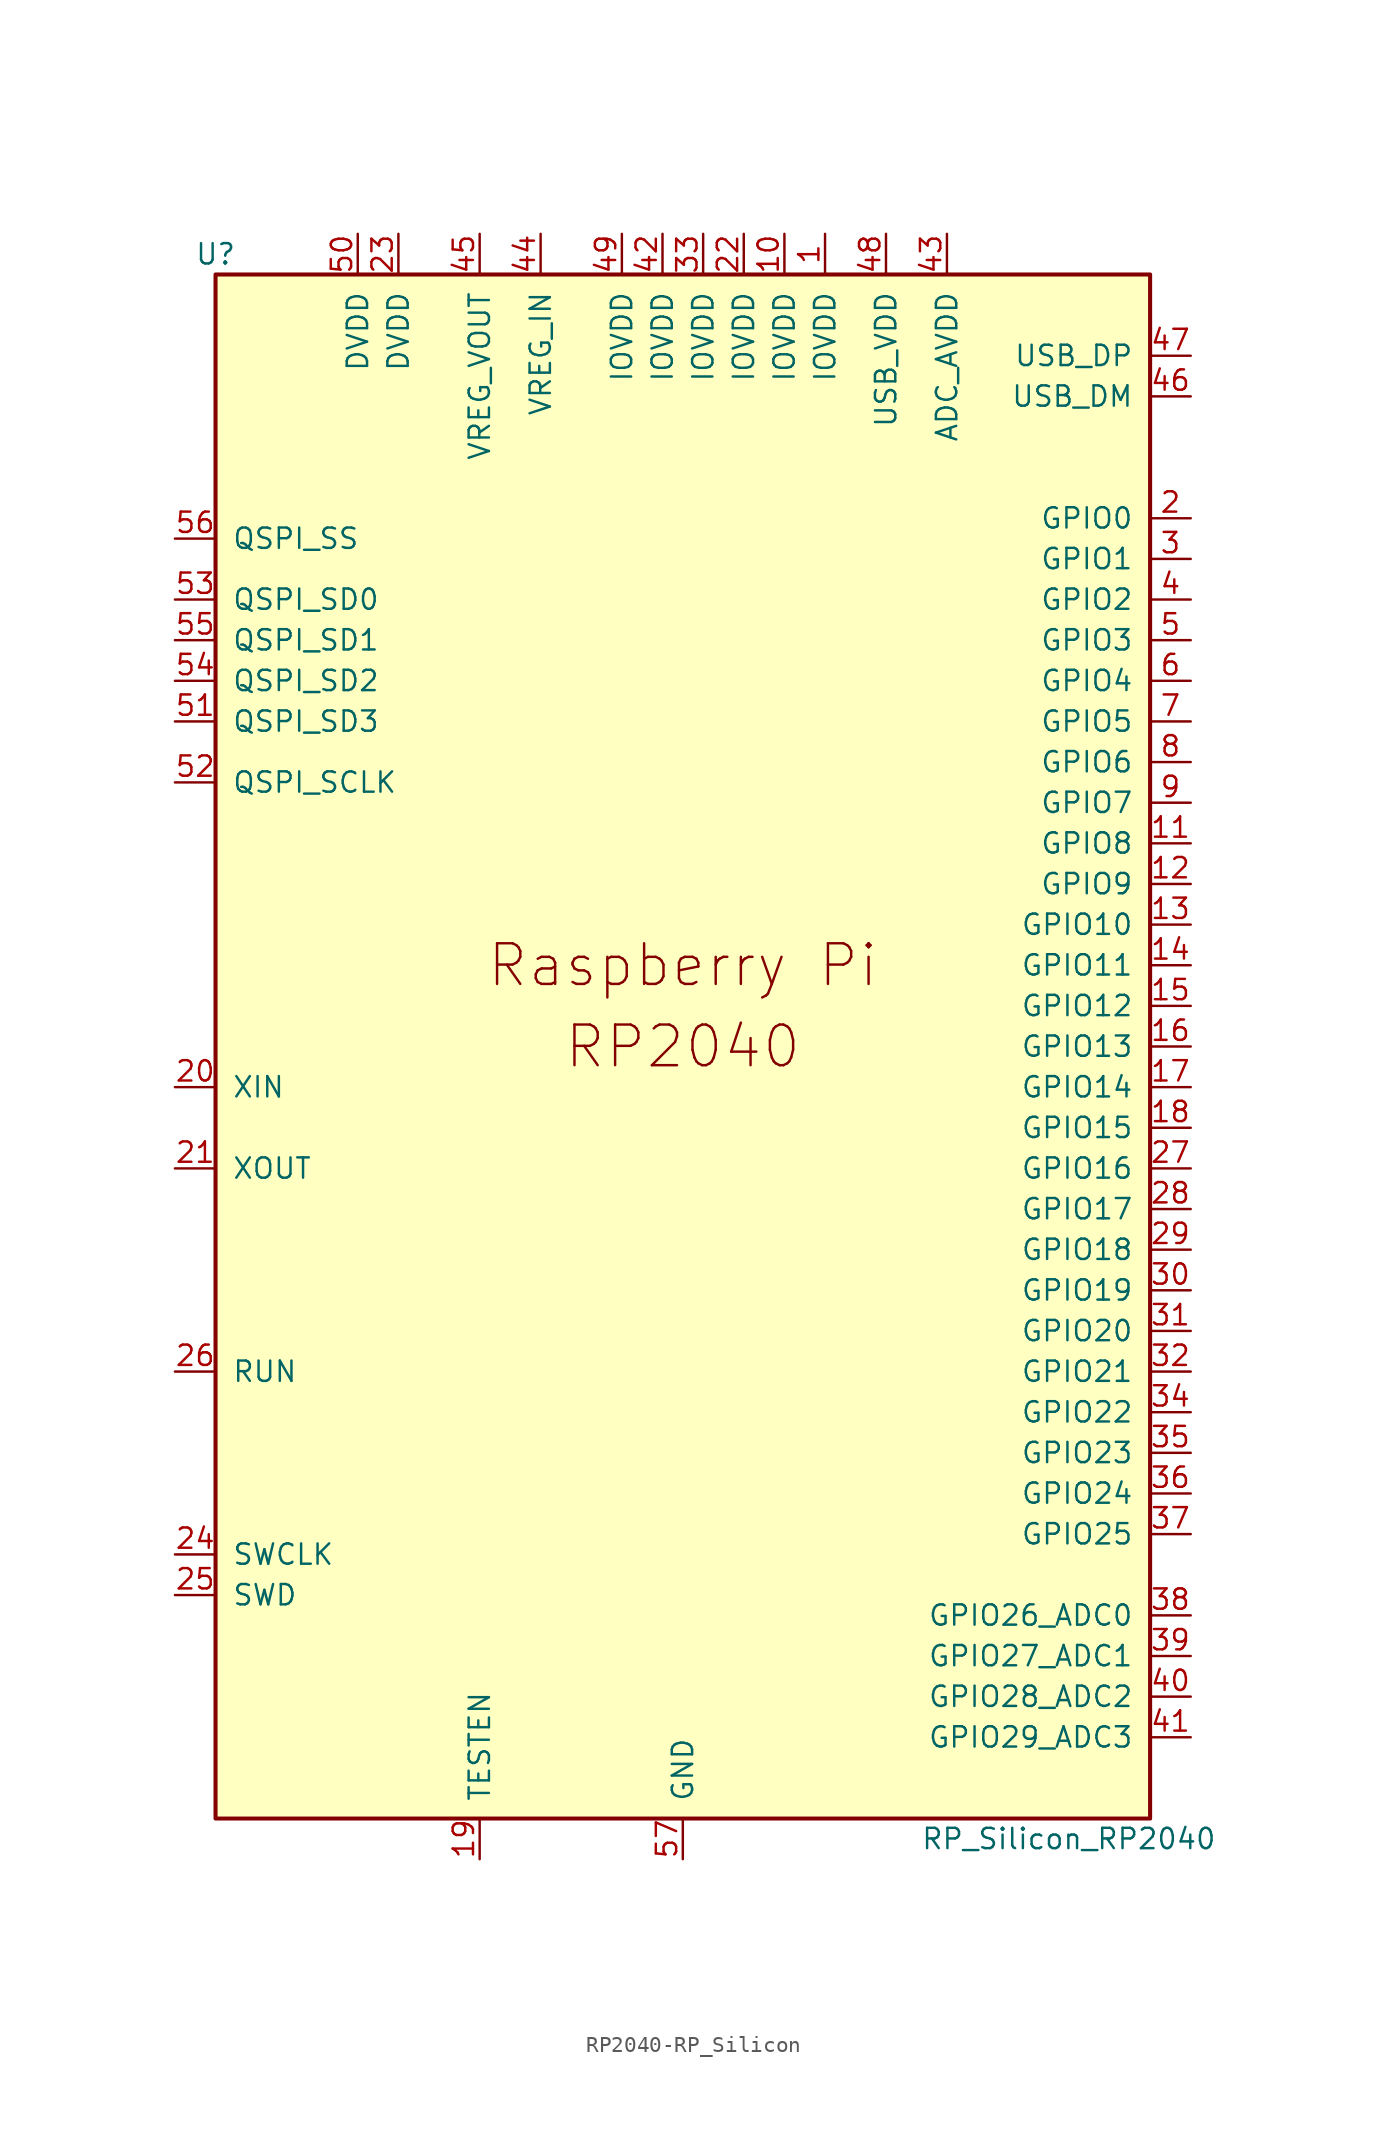
<source format=kicad_sym>
(kicad_symbol_lib
  (version 20220914)
  (generator kicad_symbol_editor)
  (symbol "RP2040-RP_Silicon"
    (pin_names
      (offset 1.016))
    (property "Reference" "U"
      (at -29.21 49.53 0)
      (effects (font (size 1.27 1.27))))
    (property "Value" "RP_Silicon_RP2040"
      (at 24.13 -49.53 0)
      (effects (font (size 1.27 1.27))))
    (symbol "RP2040-RP_Silicon_0_0"
      (text "Raspberry Pi" (at 0 5.08 0) (effects (font (size 2.54 2.54))))
      (text "RP2040" (at 0 0 0) (effects (font (size 2.54 2.54)))))
    (symbol "RP2040-RP_Silicon_0_1"
      (rectangle (start 29.21 48.26) (end -29.21 -48.26) (stroke (width 0.254) (type solid)) (fill (type background))))
    (symbol "RP2040-RP_Silicon_1_1"
      (pin power_in line (at 8.89 50.8 270) (length 2.54) (name "IOVDD" (effects (font (size 1.27 1.27)))) (number "1" (effects (font (size 1.27 1.27)))))
      (pin power_in line (at 6.35 50.8 270) (length 2.54) (name "IOVDD" (effects (font (size 1.27 1.27)))) (number "10" (effects (font (size 1.27 1.27)))))
      (pin bidirectional line (at 31.75 12.7 180) (length 2.54) (name "GPIO8" (effects (font (size 1.27 1.27)))) (number "11" (effects (font (size 1.27 1.27)))))
      (pin bidirectional line (at 31.75 10.16 180) (length 2.54) (name "GPIO9" (effects (font (size 1.27 1.27)))) (number "12" (effects (font (size 1.27 1.27)))))
      (pin bidirectional line (at 31.75 7.62 180) (length 2.54) (name "GPIO10" (effects (font (size 1.27 1.27)))) (number "13" (effects (font (size 1.27 1.27)))))
      (pin bidirectional line (at 31.75 5.08 180) (length 2.54) (name "GPIO11" (effects (font (size 1.27 1.27)))) (number "14" (effects (font (size 1.27 1.27)))))
      (pin bidirectional line (at 31.75 2.54 180) (length 2.54) (name "GPIO12" (effects (font (size 1.27 1.27)))) (number "15" (effects (font (size 1.27 1.27)))))
      (pin bidirectional line (at 31.75 0 180) (length 2.54) (name "GPIO13" (effects (font (size 1.27 1.27)))) (number "16" (effects (font (size 1.27 1.27)))))
      (pin bidirectional line (at 31.75 -2.54 180) (length 2.54) (name "GPIO14" (effects (font (size 1.27 1.27)))) (number "17" (effects (font (size 1.27 1.27)))))
      (pin bidirectional line (at 31.75 -5.08 180) (length 2.54) (name "GPIO15" (effects (font (size 1.27 1.27)))) (number "18" (effects (font (size 1.27 1.27)))))
      (pin passive line (at -12.7 -50.8 90) (length 2.54) (name "TESTEN" (effects (font (size 1.27 1.27)))) (number "19" (effects (font (size 1.27 1.27)))))
      (pin bidirectional line (at 31.75 33.02 180) (length 2.54) (name "GPIO0" (effects (font (size 1.27 1.27)))) (number "2" (effects (font (size 1.27 1.27)))))
      (pin input line (at -31.75 -2.54 0) (length 2.54) (name "XIN" (effects (font (size 1.27 1.27)))) (number "20" (effects (font (size 1.27 1.27)))))
      (pin passive line (at -31.75 -7.62 0) (length 2.54) (name "XOUT" (effects (font (size 1.27 1.27)))) (number "21" (effects (font (size 1.27 1.27)))))
      (pin power_in line (at 3.81 50.8 270) (length 2.54) (name "IOVDD" (effects (font (size 1.27 1.27)))) (number "22" (effects (font (size 1.27 1.27)))))
      (pin power_in line (at -17.78 50.8 270) (length 2.54) (name "DVDD" (effects (font (size 1.27 1.27)))) (number "23" (effects (font (size 1.27 1.27)))))
      (pin output line (at -31.75 -31.75 0) (length 2.54) (name "SWCLK" (effects (font (size 1.27 1.27)))) (number "24" (effects (font (size 1.27 1.27)))))
      (pin bidirectional line (at -31.75 -34.29 0) (length 2.54) (name "SWD" (effects (font (size 1.27 1.27)))) (number "25" (effects (font (size 1.27 1.27)))))
      (pin input line (at -31.75 -20.32 0) (length 2.54) (name "RUN" (effects (font (size 1.27 1.27)))) (number "26" (effects (font (size 1.27 1.27)))))
      (pin bidirectional line (at 31.75 -7.62 180) (length 2.54) (name "GPIO16" (effects (font (size 1.27 1.27)))) (number "27" (effects (font (size 1.27 1.27)))))
      (pin bidirectional line (at 31.75 -10.16 180) (length 2.54) (name "GPIO17" (effects (font (size 1.27 1.27)))) (number "28" (effects (font (size 1.27 1.27)))))
      (pin bidirectional line (at 31.75 -12.7 180) (length 2.54) (name "GPIO18" (effects (font (size 1.27 1.27)))) (number "29" (effects (font (size 1.27 1.27)))))
      (pin bidirectional line (at 31.75 30.48 180) (length 2.54) (name "GPIO1" (effects (font (size 1.27 1.27)))) (number "3" (effects (font (size 1.27 1.27)))))
      (pin bidirectional line (at 31.75 -15.24 180) (length 2.54) (name "GPIO19" (effects (font (size 1.27 1.27)))) (number "30" (effects (font (size 1.27 1.27)))))
      (pin bidirectional line (at 31.75 -17.78 180) (length 2.54) (name "GPIO20" (effects (font (size 1.27 1.27)))) (number "31" (effects (font (size 1.27 1.27)))))
      (pin bidirectional line (at 31.75 -20.32 180) (length 2.54) (name "GPIO21" (effects (font (size 1.27 1.27)))) (number "32" (effects (font (size 1.27 1.27)))))
      (pin power_in line (at 1.27 50.8 270) (length 2.54) (name "IOVDD" (effects (font (size 1.27 1.27)))) (number "33" (effects (font (size 1.27 1.27)))))
      (pin bidirectional line (at 31.75 -22.86 180) (length 2.54) (name "GPIO22" (effects (font (size 1.27 1.27)))) (number "34" (effects (font (size 1.27 1.27)))))
      (pin bidirectional line (at 31.75 -25.4 180) (length 2.54) (name "GPIO23" (effects (font (size 1.27 1.27)))) (number "35" (effects (font (size 1.27 1.27)))))
      (pin bidirectional line (at 31.75 -27.94 180) (length 2.54) (name "GPIO24" (effects (font (size 1.27 1.27)))) (number "36" (effects (font (size 1.27 1.27)))))
      (pin bidirectional line (at 31.75 -30.48 180) (length 2.54) (name "GPIO25" (effects (font (size 1.27 1.27)))) (number "37" (effects (font (size 1.27 1.27)))))
      (pin bidirectional line (at 31.75 -35.56 180) (length 2.54) (name "GPIO26_ADC0" (effects (font (size 1.27 1.27)))) (number "38" (effects (font (size 1.27 1.27)))))
      (pin bidirectional line (at 31.75 -38.1 180) (length 2.54) (name "GPIO27_ADC1" (effects (font (size 1.27 1.27)))) (number "39" (effects (font (size 1.27 1.27)))))
      (pin bidirectional line (at 31.75 27.94 180) (length 2.54) (name "GPIO2" (effects (font (size 1.27 1.27)))) (number "4" (effects (font (size 1.27 1.27)))))
      (pin bidirectional line (at 31.75 -40.64 180) (length 2.54) (name "GPIO28_ADC2" (effects (font (size 1.27 1.27)))) (number "40" (effects (font (size 1.27 1.27)))))
      (pin bidirectional line (at 31.75 -43.18 180) (length 2.54) (name "GPIO29_ADC3" (effects (font (size 1.27 1.27)))) (number "41" (effects (font (size 1.27 1.27)))))
      (pin power_in line (at -1.27 50.8 270) (length 2.54) (name "IOVDD" (effects (font (size 1.27 1.27)))) (number "42" (effects (font (size 1.27 1.27)))))
      (pin power_in line (at 16.51 50.8 270) (length 2.54) (name "ADC_AVDD" (effects (font (size 1.27 1.27)))) (number "43" (effects (font (size 1.27 1.27)))))
      (pin power_in line (at -8.89 50.8 270) (length 2.54) (name "VREG_IN" (effects (font (size 1.27 1.27)))) (number "44" (effects (font (size 1.27 1.27)))))
      (pin power_out line (at -12.7 50.8 270) (length 2.54) (name "VREG_VOUT" (effects (font (size 1.27 1.27)))) (number "45" (effects (font (size 1.27 1.27)))))
      (pin bidirectional line (at 31.75 40.64 180) (length 2.54) (name "USB_DM" (effects (font (size 1.27 1.27)))) (number "46" (effects (font (size 1.27 1.27)))))
      (pin bidirectional line (at 31.75 43.18 180) (length 2.54) (name "USB_DP" (effects (font (size 1.27 1.27)))) (number "47" (effects (font (size 1.27 1.27)))))
      (pin power_in line (at 12.7 50.8 270) (length 2.54) (name "USB_VDD" (effects (font (size 1.27 1.27)))) (number "48" (effects (font (size 1.27 1.27)))))
      (pin power_in line (at -3.81 50.8 270) (length 2.54) (name "IOVDD" (effects (font (size 1.27 1.27)))) (number "49" (effects (font (size 1.27 1.27)))))
      (pin bidirectional line (at 31.75 25.4 180) (length 2.54) (name "GPIO3" (effects (font (size 1.27 1.27)))) (number "5" (effects (font (size 1.27 1.27)))))
      (pin power_in line (at -20.32 50.8 270) (length 2.54) (name "DVDD" (effects (font (size 1.27 1.27)))) (number "50" (effects (font (size 1.27 1.27)))))
      (pin bidirectional line (at -31.75 20.32 0) (length 2.54) (name "QSPI_SD3" (effects (font (size 1.27 1.27)))) (number "51" (effects (font (size 1.27 1.27)))))
      (pin output line (at -31.75 16.51 0) (length 2.54) (name "QSPI_SCLK" (effects (font (size 1.27 1.27)))) (number "52" (effects (font (size 1.27 1.27)))))
      (pin bidirectional line (at -31.75 27.94 0) (length 2.54) (name "QSPI_SD0" (effects (font (size 1.27 1.27)))) (number "53" (effects (font (size 1.27 1.27)))))
      (pin bidirectional line (at -31.75 22.86 0) (length 2.54) (name "QSPI_SD2" (effects (font (size 1.27 1.27)))) (number "54" (effects (font (size 1.27 1.27)))))
      (pin bidirectional line (at -31.75 25.4 0) (length 2.54) (name "QSPI_SD1" (effects (font (size 1.27 1.27)))) (number "55" (effects (font (size 1.27 1.27)))))
      (pin bidirectional line (at -31.75 31.75 0) (length 2.54) (name "QSPI_SS" (effects (font (size 1.27 1.27)))) (number "56" (effects (font (size 1.27 1.27)))))
      (pin power_in line (at 0 -50.8 90) (length 2.54) (name "GND" (effects (font (size 1.27 1.27)))) (number "57" (effects (font (size 1.27 1.27)))))
      (pin bidirectional line (at 31.75 22.86 180) (length 2.54) (name "GPIO4" (effects (font (size 1.27 1.27)))) (number "6" (effects (font (size 1.27 1.27)))))
      (pin bidirectional line (at 31.75 20.32 180) (length 2.54) (name "GPIO5" (effects (font (size 1.27 1.27)))) (number "7" (effects (font (size 1.27 1.27)))))
      (pin bidirectional line (at 31.75 17.78 180) (length 2.54) (name "GPIO6" (effects (font (size 1.27 1.27)))) (number "8" (effects (font (size 1.27 1.27)))))
      (pin bidirectional line (at 31.75 15.24 180) (length 2.54) (name "GPIO7" (effects (font (size 1.27 1.27)))) (number "9" (effects (font (size 1.27 1.27))))))))
</source>
